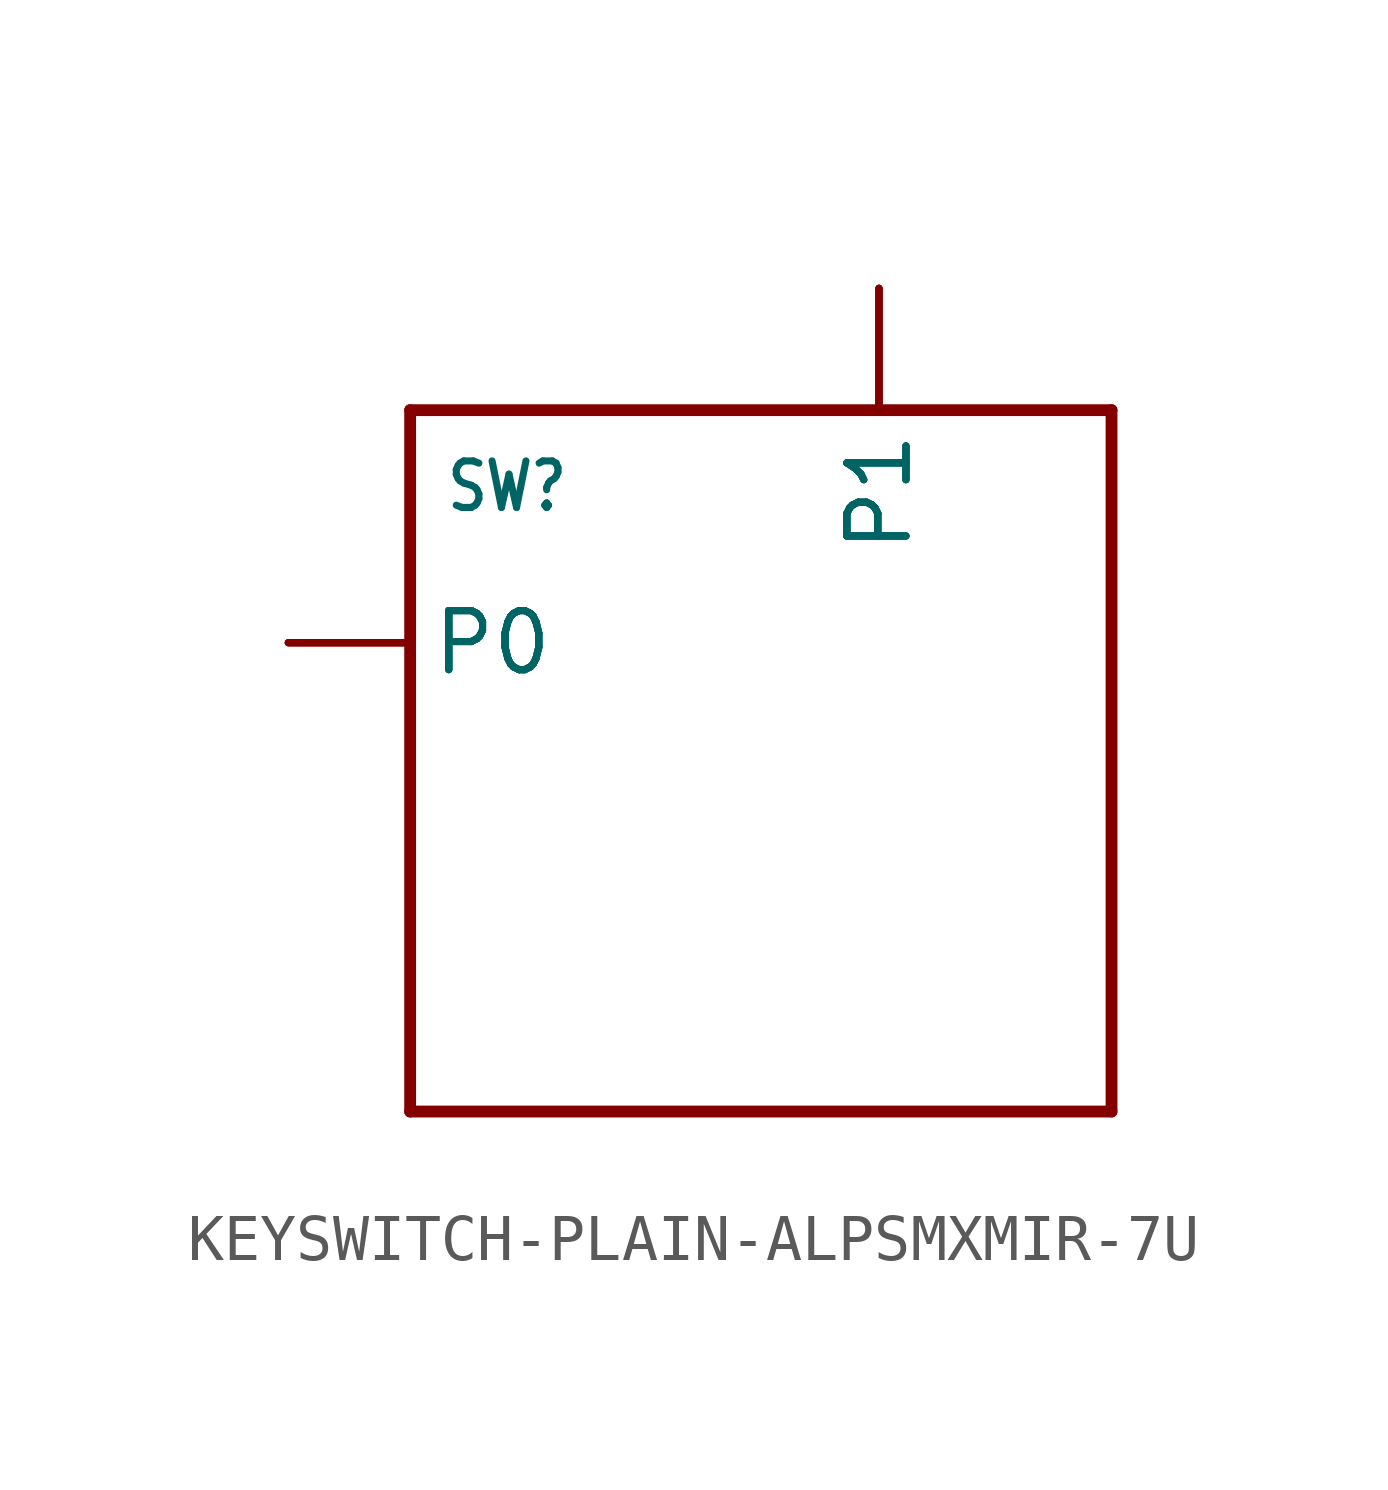
<source format=kicad_sym>
(kicad_symbol_lib
  (version 20211014)
  (generator kicad_symbol_editor)
  (symbol "KEYSWITCH-PLAIN-ALPSMXMIR-7U"
    (property "Reference" "SW"
      (at -6.81 5.318 0)
      (effects (font (size 1 0.85)) (justify left bottom)))
    (property "ki_locked" ""
      (at 0 0 0)
      (effects (font (size 1.27 1.27))))
    (symbol "KEYSWITCH-PLAIN-ALPSMXMIR-7U_1_0"
      (polyline (pts (xy -7.54 -7.54) (xy -7.54 7.54)) (stroke (width 0.254) (type default) (color 0 0 0 0)) (fill (type none)))
      (polyline (pts (xy -7.54 7.54) (xy 7.54 7.54)) (stroke (width 0.254) (type default) (color 0 0 0 0)) (fill (type none)))
      (polyline (pts (xy 7.54 -7.54) (xy -7.54 -7.54)) (stroke (width 0.254) (type default) (color 0 0 0 0)) (fill (type none)))
      (polyline (pts (xy 7.54 7.54) (xy 7.54 -7.54)) (stroke (width 0.254) (type default) (color 0 0 0 0)) (fill (type none)))
      (pin bidirectional line (at -10.16 2.54 0) (length 2.54) (name "P0" (effects (font (size 1.27 1.27)))) (number "ALPS1" (effects (font (size 0 0)))))
      (pin bidirectional line (at 2.54 10.16 270) (length 2.54) (name "P1" (effects (font (size 1.27 1.27)))) (number "ALPS2" (effects (font (size 0 0)))))
      (pin bidirectional line (at -10.16 2.54 0) (length 2.54) (name "P0" (effects (font (size 1.27 1.27)))) (number "ALPS3" (effects (font (size 0 0)))))
      (pin bidirectional line (at 2.54 10.16 270) (length 2.54) (name "P1" (effects (font (size 1.27 1.27)))) (number "ALPS4" (effects (font (size 0 0)))))
      (pin bidirectional line (at -10.16 2.54 0) (length 2.54) (name "P0" (effects (font (size 1.27 1.27)))) (number "MX1" (effects (font (size 0 0)))))
      (pin bidirectional line (at 2.54 10.16 270) (length 2.54) (name "P1" (effects (font (size 1.27 1.27)))) (number "MX2" (effects (font (size 0 0)))))
      (pin bidirectional line (at -10.16 2.54 0) (length 2.54) (name "P0" (effects (font (size 1.27 1.27)))) (number "MX3" (effects (font (size 0 0)))))
      (pin bidirectional line (at 2.54 10.16 270) (length 2.54) (name "P1" (effects (font (size 1.27 1.27)))) (number "MX4" (effects (font (size 0 0))))))))
</source>
